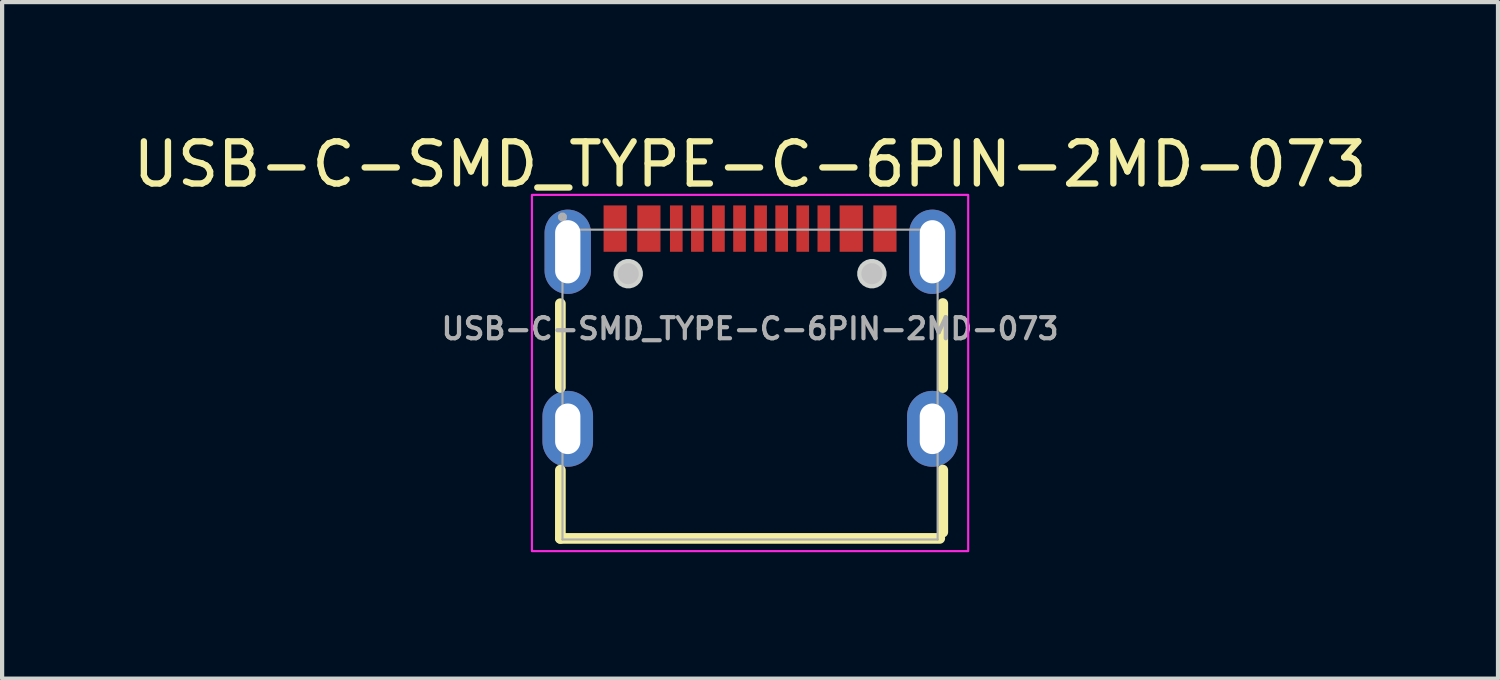
<source format=kicad_pcb>
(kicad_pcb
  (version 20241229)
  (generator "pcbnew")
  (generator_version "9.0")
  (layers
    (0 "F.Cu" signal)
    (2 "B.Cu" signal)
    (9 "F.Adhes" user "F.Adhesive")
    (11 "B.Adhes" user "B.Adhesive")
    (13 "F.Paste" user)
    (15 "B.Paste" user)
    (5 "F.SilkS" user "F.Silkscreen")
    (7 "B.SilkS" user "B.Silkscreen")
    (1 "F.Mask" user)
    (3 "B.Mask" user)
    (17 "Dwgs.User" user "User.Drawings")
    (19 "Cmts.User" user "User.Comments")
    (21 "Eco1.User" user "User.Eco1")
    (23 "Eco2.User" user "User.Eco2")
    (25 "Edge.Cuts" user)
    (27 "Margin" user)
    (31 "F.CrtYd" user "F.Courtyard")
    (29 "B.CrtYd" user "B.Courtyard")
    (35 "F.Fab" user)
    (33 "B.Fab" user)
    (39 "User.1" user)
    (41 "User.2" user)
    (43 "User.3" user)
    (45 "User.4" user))
  (footprint "USB-C-SMD_TYPE-C-6PIN-2MD-073"
    (layer "F.Cu")
    (at 14.744 4.748)
    (property "Reference" "USB-C-SMD_TYPE-C-6PIN-2MD-073" (at 0 -3.9 0) (layer "F.SilkS") (effects (font (size 1 1) (thickness 0.15))))
    (fp_line (start -4.5 1.394) (end -4.5 -0.594) (stroke (width 0.254) (type default)) (layer "F.SilkS"))
    (fp_line (start -4.5 4.975) (end -4.5 3.356) (stroke (width 0.254) (type default)) (layer "F.SilkS"))
    (fp_line (start 4.5 4.975) (end -4.5 4.975) (stroke (width 0.254) (type default)) (layer "F.SilkS"))
    (fp_line (start 4.572 1.397) (end 4.572 -0.597) (stroke (width 0.254) (type default)) (layer "F.SilkS"))
    (fp_line (start 4.572 4.826) (end 4.572 3.353) (stroke (width 0.254) (type default)) (layer "F.SilkS"))
    (fp_poly (pts (xy -3.5 -2.925) (xy -3.5 -1.825) (xy -2.9 -1.825) (xy -2.9 -2.925)) (stroke (width 0) (type default)) (fill yes) (layer "F.Paste"))
    (fp_poly (pts (xy -2.7 -2.925) (xy -2.7 -1.825) (xy -2.1 -1.825) (xy -2.1 -2.925)) (stroke (width 0) (type default)) (fill yes) (layer "F.Paste"))
    (fp_poly (pts (xy -1.6 -1.825) (xy -1.6 -2.925) (xy -1.9 -2.925) (xy -1.9 -1.825)) (stroke (width 0) (type default)) (fill yes) (layer "F.Paste"))
    (fp_poly (pts (xy -1.1 -1.825) (xy -1.1 -2.925) (xy -1.4 -2.925) (xy -1.4 -1.825)) (stroke (width 0) (type default)) (fill yes) (layer "F.Paste"))
    (fp_poly (pts (xy -0.6 -1.825) (xy -0.6 -2.925) (xy -0.9 -2.925) (xy -0.9 -1.825)) (stroke (width 0) (type default)) (fill yes) (layer "F.Paste"))
    (fp_poly (pts (xy -0.1 -1.825) (xy -0.1 -2.925) (xy -0.4 -2.925) (xy -0.4 -1.825)) (stroke (width 0) (type default)) (fill yes) (layer "F.Paste"))
    (fp_poly (pts (xy 0.4 -1.825) (xy 0.4 -2.925) (xy 0.1 -2.925) (xy 0.1 -1.825)) (stroke (width 0) (type default)) (fill yes) (layer "F.Paste"))
    (fp_poly (pts (xy 0.9 -1.825) (xy 0.9 -2.925) (xy 0.6 -2.925) (xy 0.6 -1.825)) (stroke (width 0) (type default)) (fill yes) (layer "F.Paste"))
    (fp_poly (pts (xy 1.4 -1.825) (xy 1.4 -2.925) (xy 1.1 -2.925) (xy 1.1 -1.825)) (stroke (width 0) (type default)) (fill yes) (layer "F.Paste"))
    (fp_poly (pts (xy 1.6 -2.925) (xy 1.6 -1.825) (xy 1.9 -1.825) (xy 1.9 -2.925)) (stroke (width 0) (type default)) (fill yes) (layer "F.Paste"))
    (fp_poly (pts (xy 2.1 -2.925) (xy 2.1 -1.825) (xy 2.7 -1.825) (xy 2.7 -2.925)) (stroke (width 0) (type default)) (fill yes) (layer "F.Paste"))
    (fp_poly (pts (xy 3.5 -1.825) (xy 3.5 -2.925) (xy 2.9 -2.925) (xy 2.9 -1.825)) (stroke (width 0) (type default)) (fill yes) (layer "F.Paste"))
    (fp_poly (pts (xy -4.34 -2.825) (xy -4.37 -2.824) (xy -4.399 -2.821) (xy -4.429 -2.816) (xy -4.458 -2.81) (xy -4.487 -2.803) (xy -4.516 -2.794) (xy -4.544 -2.784) (xy -4.572 -2.772) (xy -4.598 -2.759) (xy -4.625 -2.744) (xy -4.651 -2.729) (xy -4.675 -2.712) (xy -4.699 -2.694) (xy -4.722 -2.675) (xy -4.744 -2.655) (xy -4.765 -2.633) (xy -4.785 -2.611) (xy -4.803 -2.587) (xy -4.821 -2.563) (xy -4.837 -2.538) (xy -4.852 -2.512) (xy -4.865 -2.486) (xy -4.878 -2.458) (xy -4.889 -2.43) (xy -4.899 -2.402) (xy -4.907 -2.373) (xy -4.913 -2.344) (xy -4.918 -2.314) (xy -4.922 -2.285) (xy -4.924 -2.255) (xy -4.925 -2.225) (xy -4.925 -1.425) (xy -4.924 -1.395) (xy -4.922 -1.365) (xy -4.918 -1.335) (xy -4.913 -1.306) (xy -4.907 -1.277) (xy -4.899 -1.248) (xy -4.889 -1.22) (xy -4.878 -1.192) (xy -4.865 -1.165) (xy -4.852 -1.138) (xy -4.837 -1.113) (xy -4.821 -1.087) (xy -4.803 -1.063) (xy -4.785 -1.04) (xy -4.765 -1.017) (xy -4.744 -0.996) (xy -4.722 -0.976) (xy -4.699 -0.956) (xy -4.675 -0.938) (xy -4.651 -0.921) (xy -4.625 -0.905) (xy -4.598 -0.891) (xy -4.572 -0.878) (xy -4.544 -0.867) (xy -4.516 -0.857) (xy -4.487 -0.848) (xy -4.458 -0.84) (xy -4.429 -0.834) (xy -4.399 -0.83) (xy -4.37 -0.827) (xy -4.34 -0.826) (xy -4.31 -0.826) (xy -4.28 -0.827) (xy -4.25 -0.83) (xy -4.221 -0.834) (xy -4.191 -0.84) (xy -4.162 -0.848) (xy -4.134 -0.857) (xy -4.106 -0.867) (xy -4.078 -0.878) (xy -4.051 -0.891) (xy -4.025 -0.905) (xy -3.999 -0.921) (xy -3.974 -0.938) (xy -3.951 -0.956) (xy -3.928 -0.976) (xy -3.906 -0.996) (xy -3.885 -1.017) (xy -3.865 -1.04) (xy -3.846 -1.063) (xy -3.829 -1.087) (xy -3.813 -1.113) (xy -3.798 -1.138) (xy -3.784 -1.165) (xy -3.772 -1.192) (xy -3.761 -1.22) (xy -3.752 -1.248) (xy -3.744 -1.277) (xy -3.737 -1.306) (xy -3.732 -1.335) (xy -3.728 -1.365) (xy -3.725 -1.395) (xy -3.725 -1.425) (xy -3.725 -2.225) (xy -3.725 -2.255) (xy -3.728 -2.285) (xy -3.732 -2.314) (xy -3.737 -2.344) (xy -3.744 -2.373) (xy -3.752 -2.402) (xy -3.761 -2.43) (xy -3.772 -2.458) (xy -3.784 -2.486) (xy -3.798 -2.512) (xy -3.813 -2.538) (xy -3.829 -2.563) (xy -3.846 -2.587) (xy -3.865 -2.611) (xy -3.885 -2.633) (xy -3.906 -2.655) (xy -3.928 -2.675) (xy -3.951 -2.694) (xy -3.974 -2.712) (xy -3.999 -2.729) (xy -4.025 -2.744) (xy -4.051 -2.759) (xy -4.078 -2.772) (xy -4.106 -2.784) (xy -4.134 -2.794) (xy -4.162 -2.803) (xy -4.191 -2.81) (xy -4.221 -2.816) (xy -4.25 -2.821) (xy -4.28 -2.824) (xy -4.31 -2.825)) (stroke (width 0) (type default)) (fill yes) (layer "F.Paste"))
    (fp_poly (pts (xy -4.28 1.627) (xy -4.31 1.625) (xy -4.34 1.625) (xy -4.37 1.627) (xy -4.399 1.629) (xy -4.429 1.634) (xy -4.458 1.64) (xy -4.487 1.647) (xy -4.516 1.657) (xy -4.544 1.667) (xy -4.572 1.678) (xy -4.598 1.691) (xy -4.625 1.706) (xy -4.651 1.721) (xy -4.675 1.738) (xy -4.699 1.756) (xy -4.722 1.775) (xy -4.744 1.796) (xy -4.765 1.817) (xy -4.785 1.839) (xy -4.803 1.863) (xy -4.821 1.887) (xy -4.837 1.912) (xy -4.852 1.938) (xy -4.865 1.964) (xy -4.878 1.992) (xy -4.889 2.02) (xy -4.899 2.048) (xy -4.907 2.077) (xy -4.913 2.106) (xy -4.918 2.135) (xy -4.922 2.166) (xy -4.924 2.195) (xy -4.925 2.225) (xy -4.925 2.525) (xy -4.924 2.555) (xy -4.922 2.585) (xy -4.918 2.615) (xy -4.913 2.644) (xy -4.907 2.673) (xy -4.899 2.702) (xy -4.889 2.73) (xy -4.878 2.758) (xy -4.865 2.785) (xy -4.852 2.812) (xy -4.837 2.838) (xy -4.821 2.863) (xy -4.803 2.888) (xy -4.785 2.91) (xy -4.765 2.933) (xy -4.744 2.954) (xy -4.722 2.975) (xy -4.699 2.994) (xy -4.675 3.012) (xy -4.651 3.029) (xy -4.625 3.045) (xy -4.598 3.059) (xy -4.572 3.072) (xy -4.544 3.083) (xy -4.516 3.094) (xy -4.487 3.103) (xy -4.458 3.11) (xy -4.429 3.116) (xy -4.399 3.12) (xy -4.37 3.123) (xy -4.34 3.125) (xy -4.31 3.125) (xy -4.28 3.123) (xy -4.25 3.12) (xy -4.221 3.116) (xy -4.191 3.11) (xy -4.162 3.103) (xy -4.134 3.094) (xy -4.106 3.083) (xy -4.078 3.072) (xy -4.051 3.059) (xy -4.025 3.045) (xy -3.999 3.029) (xy -3.974 3.012) (xy -3.951 2.994) (xy -3.928 2.975) (xy -3.906 2.954) (xy -3.885 2.933) (xy -3.865 2.91) (xy -3.846 2.888) (xy -3.829 2.863) (xy -3.813 2.838) (xy -3.798 2.812) (xy -3.784 2.785) (xy -3.772 2.758) (xy -3.761 2.73) (xy -3.752 2.702) (xy -3.744 2.673) (xy -3.737 2.644) (xy -3.732 2.615) (xy -3.728 2.585) (xy -3.725 2.555) (xy -3.725 2.525) (xy -3.725 2.225) (xy -3.725 2.195) (xy -3.728 2.166) (xy -3.732 2.135) (xy -3.737 2.106) (xy -3.744 2.077) (xy -3.752 2.048) (xy -3.761 2.02) (xy -3.772 1.992) (xy -3.784 1.964) (xy -3.798 1.938) (xy -3.813 1.912) (xy -3.829 1.887) (xy -3.846 1.863) (xy -3.865 1.839) (xy -3.885 1.817) (xy -3.906 1.796) (xy -3.928 1.775) (xy -3.951 1.756) (xy -3.974 1.738) (xy -3.999 1.721) (xy -4.025 1.706) (xy -4.051 1.691) (xy -4.078 1.678) (xy -4.106 1.667) (xy -4.134 1.657) (xy -4.162 1.647) (xy -4.191 1.64) (xy -4.221 1.634) (xy -4.25 1.629)) (stroke (width 0) (type default)) (fill yes) (layer "F.Paste"))
    (fp_poly (pts (xy 4.31 1.625) (xy 4.28 1.627) (xy 4.25 1.629) (xy 4.221 1.634) (xy 4.191 1.64) (xy 4.162 1.647) (xy 4.134 1.657) (xy 4.106 1.667) (xy 4.078 1.678) (xy 4.051 1.691) (xy 4.025 1.706) (xy 3.999 1.721) (xy 3.974 1.738) (xy 3.951 1.756) (xy 3.928 1.775) (xy 3.906 1.796) (xy 3.885 1.817) (xy 3.865 1.839) (xy 3.846 1.863) (xy 3.829 1.887) (xy 3.813 1.912) (xy 3.798 1.938) (xy 3.784 1.964) (xy 3.772 1.992) (xy 3.761 2.02) (xy 3.752 2.048) (xy 3.744 2.077) (xy 3.737 2.106) (xy 3.732 2.135) (xy 3.728 2.166) (xy 3.725 2.195) (xy 3.725 2.225) (xy 3.725 2.525) (xy 3.725 2.555) (xy 3.728 2.585) (xy 3.732 2.615) (xy 3.737 2.644) (xy 3.744 2.673) (xy 3.752 2.702) (xy 3.761 2.73) (xy 3.772 2.758) (xy 3.784 2.785) (xy 3.798 2.812) (xy 3.813 2.838) (xy 3.829 2.863) (xy 3.846 2.888) (xy 3.865 2.91) (xy 3.885 2.933) (xy 3.906 2.954) (xy 3.928 2.975) (xy 3.951 2.994) (xy 3.974 3.012) (xy 3.999 3.029) (xy 4.025 3.045) (xy 4.051 3.059) (xy 4.078 3.072) (xy 4.106 3.083) (xy 4.134 3.094) (xy 4.162 3.103) (xy 4.191 3.11) (xy 4.221 3.116) (xy 4.25 3.12) (xy 4.28 3.123) (xy 4.31 3.125) (xy 4.34 3.125) (xy 4.37 3.123) (xy 4.399 3.12) (xy 4.429 3.116) (xy 4.458 3.11) (xy 4.487 3.103) (xy 4.516 3.094) (xy 4.544 3.083) (xy 4.572 3.072) (xy 4.598 3.059) (xy 4.625 3.045) (xy 4.651 3.029) (xy 4.675 3.012) (xy 4.699 2.994) (xy 4.722 2.975) (xy 4.744 2.954) (xy 4.765 2.933) (xy 4.785 2.91) (xy 4.803 2.888) (xy 4.821 2.863) (xy 4.837 2.838) (xy 4.852 2.812) (xy 4.865 2.785) (xy 4.878 2.758) (xy 4.889 2.73) (xy 4.899 2.702) (xy 4.907 2.673) (xy 4.913 2.644) (xy 4.918 2.615) (xy 4.922 2.585) (xy 4.924 2.555) (xy 4.925 2.525) (xy 4.925 2.225) (xy 4.924 2.195) (xy 4.922 2.166) (xy 4.918 2.135) (xy 4.913 2.106) (xy 4.907 2.077) (xy 4.899 2.048) (xy 4.889 2.02) (xy 4.878 1.992) (xy 4.865 1.964) (xy 4.852 1.938) (xy 4.837 1.912) (xy 4.821 1.887) (xy 4.803 1.863) (xy 4.785 1.839) (xy 4.765 1.817) (xy 4.744 1.796) (xy 4.722 1.775) (xy 4.699 1.756) (xy 4.675 1.738) (xy 4.651 1.721) (xy 4.625 1.706) (xy 4.598 1.691) (xy 4.572 1.678) (xy 4.544 1.667) (xy 4.516 1.657) (xy 4.487 1.647) (xy 4.458 1.64) (xy 4.429 1.634) (xy 4.399 1.629) (xy 4.37 1.627) (xy 4.34 1.625)) (stroke (width 0) (type default)) (fill yes) (layer "F.Paste"))
    (fp_poly (pts (xy 4.37 -2.824) (xy 4.34 -2.825) (xy 4.31 -2.825) (xy 4.28 -2.824) (xy 4.25 -2.821) (xy 4.221 -2.816) (xy 4.191 -2.81) (xy 4.162 -2.803) (xy 4.134 -2.794) (xy 4.106 -2.784) (xy 4.078 -2.772) (xy 4.051 -2.759) (xy 4.025 -2.744) (xy 3.999 -2.729) (xy 3.974 -2.712) (xy 3.951 -2.694) (xy 3.928 -2.675) (xy 3.906 -2.655) (xy 3.885 -2.633) (xy 3.865 -2.611) (xy 3.846 -2.587) (xy 3.829 -2.563) (xy 3.813 -2.538) (xy 3.798 -2.512) (xy 3.784 -2.486) (xy 3.772 -2.458) (xy 3.761 -2.43) (xy 3.752 -2.402) (xy 3.744 -2.373) (xy 3.737 -2.344) (xy 3.732 -2.314) (xy 3.728 -2.285) (xy 3.725 -2.255) (xy 3.725 -2.225) (xy 3.725 -1.425) (xy 3.725 -1.395) (xy 3.728 -1.365) (xy 3.732 -1.335) (xy 3.737 -1.306) (xy 3.744 -1.277) (xy 3.752 -1.248) (xy 3.761 -1.22) (xy 3.772 -1.192) (xy 3.784 -1.165) (xy 3.798 -1.138) (xy 3.813 -1.113) (xy 3.829 -1.087) (xy 3.846 -1.063) (xy 3.865 -1.04) (xy 3.885 -1.017) (xy 3.906 -0.996) (xy 3.928 -0.976) (xy 3.951 -0.956) (xy 3.974 -0.938) (xy 3.999 -0.921) (xy 4.025 -0.905) (xy 4.051 -0.891) (xy 4.078 -0.878) (xy 4.106 -0.867) (xy 4.134 -0.857) (xy 4.162 -0.848) (xy 4.191 -0.84) (xy 4.221 -0.834) (xy 4.25 -0.83) (xy 4.28 -0.827) (xy 4.31 -0.826) (xy 4.34 -0.826) (xy 4.37 -0.827) (xy 4.399 -0.83) (xy 4.429 -0.834) (xy 4.458 -0.84) (xy 4.487 -0.848) (xy 4.516 -0.857) (xy 4.544 -0.867) (xy 4.572 -0.878) (xy 4.598 -0.891) (xy 4.625 -0.905) (xy 4.651 -0.921) (xy 4.675 -0.938) (xy 4.699 -0.956) (xy 4.722 -0.976) (xy 4.744 -0.996) (xy 4.765 -1.017) (xy 4.785 -1.04) (xy 4.803 -1.063) (xy 4.821 -1.087) (xy 4.837 -1.113) (xy 4.852 -1.138) (xy 4.865 -1.165) (xy 4.878 -1.192) (xy 4.889 -1.22) (xy 4.899 -1.248) (xy 4.907 -1.277) (xy 4.913 -1.306) (xy 4.918 -1.335) (xy 4.922 -1.365) (xy 4.924 -1.395) (xy 4.925 -1.425) (xy 4.925 -2.225) (xy 4.924 -2.255) (xy 4.922 -2.285) (xy 4.918 -2.314) (xy 4.913 -2.344) (xy 4.907 -2.373) (xy 4.899 -2.402) (xy 4.889 -2.43) (xy 4.878 -2.458) (xy 4.865 -2.486) (xy 4.852 -2.512) (xy 4.837 -2.538) (xy 4.821 -2.563) (xy 4.803 -2.587) (xy 4.785 -2.611) (xy 4.765 -2.633) (xy 4.744 -2.655) (xy 4.722 -2.675) (xy 4.699 -2.694) (xy 4.675 -2.712) (xy 4.651 -2.729) (xy 4.625 -2.744) (xy 4.598 -2.759) (xy 4.572 -2.772) (xy 4.544 -2.784) (xy 4.516 -2.794) (xy 4.487 -2.803) (xy 4.458 -2.81) (xy 4.429 -2.816) (xy 4.399 -2.821)) (stroke (width 0) (type default)) (fill yes) (layer "F.Paste"))
    (fp_circle (center -2.89 -1.305) (end -2.765 -1.305) (stroke (width 0.25) (type default)) (fill no) (layer "Dwgs.User"))
    (fp_circle (center 2.89 -1.305) (end 3.015 -1.305) (stroke (width 0.25) (type default)) (fill no) (layer "Dwgs.User"))
    (fp_poly (pts (xy -2.543 -1.351) (xy -2.567 -1.439) (xy -2.612 -1.518) (xy -2.677 -1.583) (xy -2.756 -1.628) (xy -2.844 -1.652) (xy -2.936 -1.652) (xy -3.024 -1.628) (xy -3.103 -1.583) (xy -3.168 -1.518) (xy -3.213 -1.439) (xy -3.237 -1.351) (xy -3.237 -1.259) (xy -3.213 -1.171) (xy -3.168 -1.092) (xy -3.103 -1.027) (xy -3.024 -0.982) (xy -2.936 -0.958) (xy -2.844 -0.958) (xy -2.756 -0.982) (xy -2.677 -1.027) (xy -2.612 -1.092) (xy -2.567 -1.171) (xy -2.543 -1.259)) (stroke (width 0) (type default)) (fill yes) (layer "Edge.Cuts"))
    (fp_poly (pts (xy 3.237 -1.351) (xy 3.213 -1.439) (xy 3.168 -1.518) (xy 3.103 -1.583) (xy 3.024 -1.628) (xy 2.936 -1.652) (xy 2.844 -1.652) (xy 2.756 -1.628) (xy 2.677 -1.583) (xy 2.612 -1.518) (xy 2.567 -1.439) (xy 2.543 -1.351) (xy 2.543 -1.259) (xy 2.567 -1.171) (xy 2.612 -1.092) (xy 2.677 -1.027) (xy 2.756 -0.982) (xy 2.844 -0.958) (xy 2.936 -0.958) (xy 3.024 -0.982) (xy 3.103 -1.027) (xy 3.168 -1.092) (xy 3.213 -1.171) (xy 3.237 -1.259)) (stroke (width 0) (type default)) (fill yes) (layer "Edge.Cuts"))
    (fp_rect (start -5.175 -3.175) (end 5.175 5.277) (stroke (width 0.05) (type default)) (fill no) (layer "F.CrtYd"))
    (fp_line (start -4.45 -2.349) (end 4.45 -2.349) (stroke (width 0.051) (type default)) (layer "F.Fab"))
    (fp_line (start -4.45 5.001) (end -4.45 -2.349) (stroke (width 0.051) (type default)) (layer "F.Fab"))
    (fp_line (start 4.45 -2.349) (end 4.45 5.001) (stroke (width 0.051) (type default)) (layer "F.Fab"))
    (fp_line (start 4.45 5.001) (end -4.45 5.001) (stroke (width 0.051) (type default)) (layer "F.Fab"))
    (fp_poly (pts (xy -4.395 -2.672) (xy -4.427 -2.704) (xy -4.473 -2.704) (xy -4.505 -2.672) (xy -4.505 -2.626) (xy -4.473 -2.594) (xy -4.427 -2.594) (xy -4.395 -2.626)) (stroke (width 0.1) (type default)) (fill no) (layer "F.Fab"))
    (fp_poly (pts (xy -4.45 -2.349) (xy -4.2 -2.349) (xy -4.2 -1.249) (xy -4.45 -1.249)) (stroke (width 0.1) (type default)) (fill no) (layer "User.1"))
    (fp_poly (pts (xy -4.45 2.025) (xy -4.2 2.025) (xy -4.2 2.725) (xy -4.45 2.725)) (stroke (width 0.1) (type default)) (fill no) (layer "User.1"))
    (fp_poly (pts (xy -3.4 -2.649) (xy -3 -2.649) (xy -3 -1.799) (xy -3.4 -1.799)) (stroke (width 0.1) (type default)) (fill no) (layer "User.1"))
    (fp_poly (pts (xy -2.6 -2.649) (xy -2.2 -2.649) (xy -2.2 -1.799) (xy -2.6 -1.799)) (stroke (width 0.1) (type default)) (fill no) (layer "User.1"))
    (fp_poly (pts (xy -1.85 -2.649) (xy -1.65 -2.649) (xy -1.65 -1.799) (xy -1.85 -1.799)) (stroke (width 0.1) (type default)) (fill no) (layer "User.1"))
    (fp_poly (pts (xy -1.35 -2.649) (xy -1.15 -2.649) (xy -1.15 -1.799) (xy -1.35 -1.799)) (stroke (width 0.1) (type default)) (fill no) (layer "User.1"))
    (fp_poly (pts (xy -0.85 -2.649) (xy -0.65 -2.649) (xy -0.65 -1.799) (xy -0.85 -1.799)) (stroke (width 0.1) (type default)) (fill no) (layer "User.1"))
    (fp_poly (pts (xy -0.35 -2.649) (xy -0.15 -2.649) (xy -0.15 -1.799) (xy -0.35 -1.799)) (stroke (width 0.1) (type default)) (fill no) (layer "User.1"))
    (fp_poly (pts (xy 0.15 -2.649) (xy 0.35 -2.649) (xy 0.35 -1.799) (xy 0.15 -1.799)) (stroke (width 0.1) (type default)) (fill no) (layer "User.1"))
    (fp_poly (pts (xy 0.65 -2.649) (xy 0.85 -2.649) (xy 0.85 -1.799) (xy 0.65 -1.799)) (stroke (width 0.1) (type default)) (fill no) (layer "User.1"))
    (fp_poly (pts (xy 1.15 -2.649) (xy 1.35 -2.649) (xy 1.35 -1.799) (xy 1.15 -1.799)) (stroke (width 0.1) (type default)) (fill no) (layer "User.1"))
    (fp_poly (pts (xy 1.65 -2.649) (xy 1.85 -2.649) (xy 1.85 -1.799) (xy 1.65 -1.799)) (stroke (width 0.1) (type default)) (fill no) (layer "User.1"))
    (fp_poly (pts (xy 2.2 -2.649) (xy 2.6 -2.649) (xy 2.6 -1.799) (xy 2.2 -1.799)) (stroke (width 0.1) (type default)) (fill no) (layer "User.1"))
    (fp_poly (pts (xy 3 -2.649) (xy 3.4 -2.649) (xy 3.4 -1.799) (xy 3 -1.799)) (stroke (width 0.1) (type default)) (fill no) (layer "User.1"))
    (fp_poly (pts (xy 4.2 -2.349) (xy 4.45 -2.349) (xy 4.45 -1.249) (xy 4.2 -1.249)) (stroke (width 0.1) (type default)) (fill no) (layer "User.1"))
    (fp_poly (pts (xy 4.2 2.025) (xy 4.45 2.025) (xy 4.45 2.725) (xy 4.2 2.725)) (stroke (width 0.1) (type default)) (fill no) (layer "User.1"))
    (fp_text user "${REFERENCE}" (at 0 0 0) (layer "F.Fab") (effects (font (size 0.5 0.5) (thickness 0.1))))
    (pad "1" smd rect (at -3.2 -2.375) (size 0.55 1.1) (layers "F.Cu" "F.Mask" "F.Paste"))
    (pad "2" smd rect (at -2.4 -2.375) (size 0.55 1.1) (layers "F.Cu" "F.Mask" "F.Paste"))
    (pad "3" smd rect (at -1.75 -2.375) (size 0.3 1.1) (layers "F.Cu" "F.Mask" "F.Paste"))
    (pad "4" smd rect (at -1.25 -2.375) (size 0.3 1.1) (layers "F.Cu" "F.Mask" "F.Paste"))
    (pad "5" smd rect (at -0.75 -2.375) (size 0.3 1.1) (layers "F.Cu" "F.Mask" "F.Paste"))
    (pad "6" smd rect (at -0.25 -2.375) (size 0.3 1.1) (layers "F.Cu" "F.Mask" "F.Paste"))
    (pad "7" smd rect (at 0.25 -2.375) (size 0.3 1.1) (layers "F.Cu" "F.Mask" "F.Paste"))
    (pad "8" smd rect (at 0.75 -2.375) (size 0.3 1.1) (layers "F.Cu" "F.Mask" "F.Paste"))
    (pad "9" smd rect (at 1.25 -2.375) (size 0.3 1.1) (layers "F.Cu" "F.Mask" "F.Paste"))
    (pad "10" smd rect (at 1.75 -2.375) (size 0.3 1.1) (layers "F.Cu" "F.Mask" "F.Paste"))
    (pad "11" smd rect (at 2.4 -2.375) (size 0.55 1.1) (layers "F.Cu" "F.Mask" "F.Paste"))
    (pad "12" smd rect (at 3.2 -2.375) (size 0.55 1.1) (layers "F.Cu" "F.Mask" "F.Paste"))
    (pad "13" thru_hole oval (at -4.325 -1.825) (size 1.1 2) (drill oval 0.6 1.5) (layers "*.Cu" "*.Mask"))
    (pad "13" thru_hole oval (at -4.325 2.375) (size 1.2 1.8) (drill oval 0.6 1.2) (layers "*.Cu" "*.Mask"))
    (pad "14" thru_hole oval (at 4.325 -1.825) (size 1.1 2) (drill oval 0.6 1.5) (layers "*.Cu" "*.Mask"))
    (pad "14" thru_hole oval (at 4.325 2.375) (size 1.2 1.8) (drill oval 0.6 1.2) (layers "*.Cu" "*.Mask")))
  (gr_rect
    (start -3 -3)
    (end 32.488 13.05)
    (stroke (width 0.1) (type default))
    (fill no)
    (layer "Edge.Cuts")))
</source>
